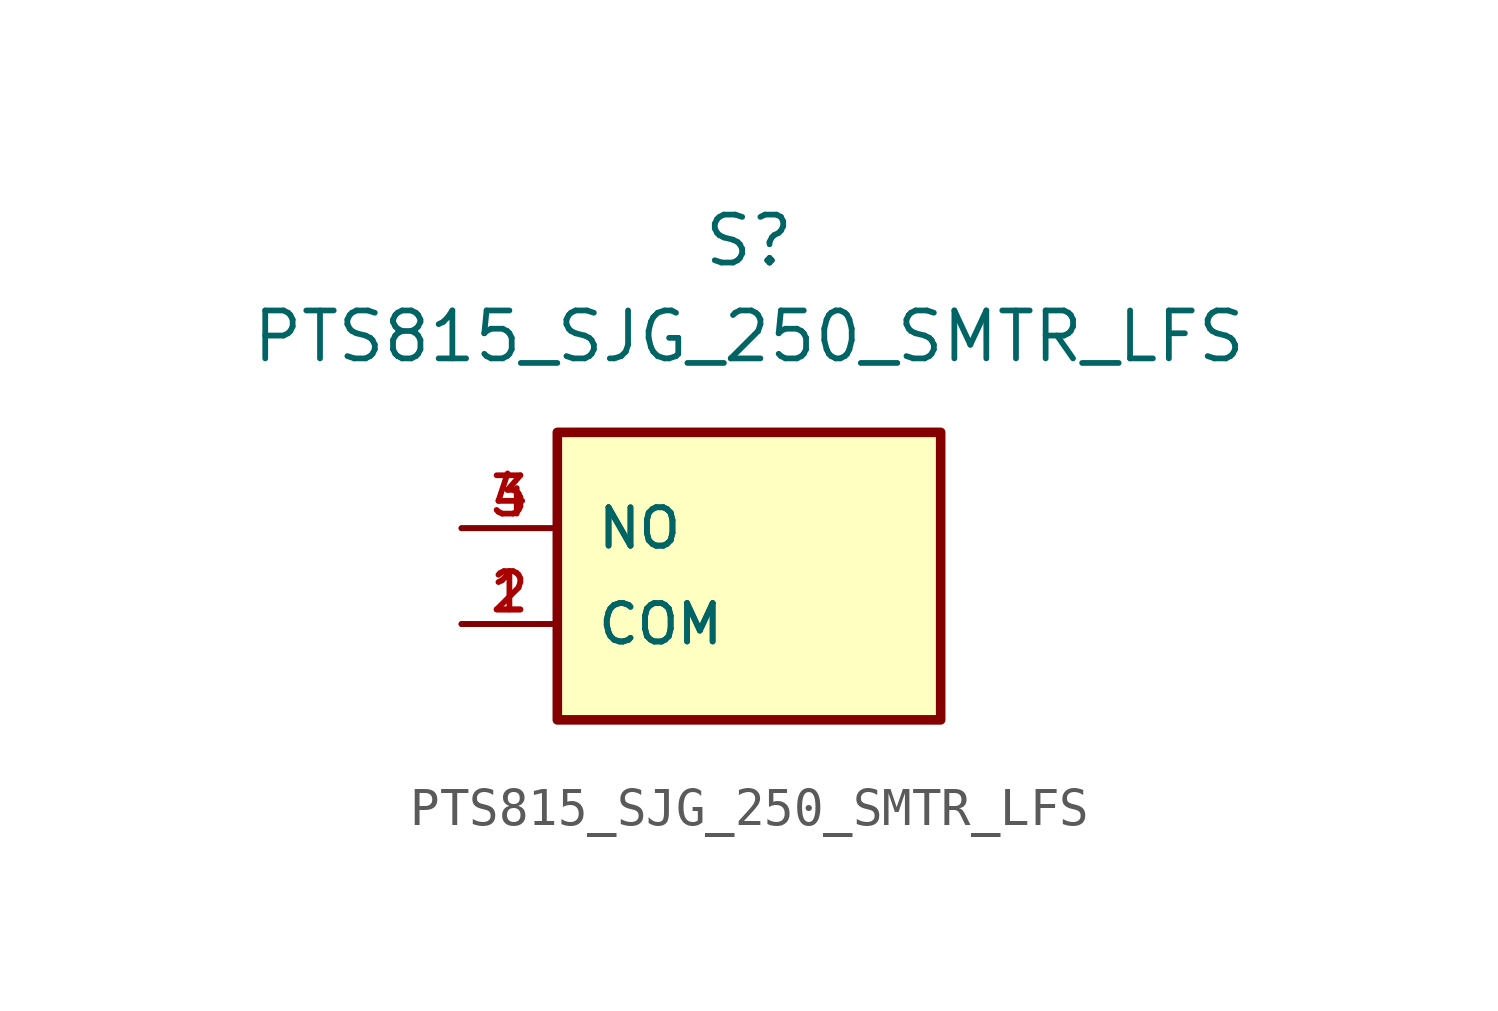
<source format=kicad_sym>
(kicad_symbol_lib
  (version 20211014)
  (generator kicad_symbol_editor)
  (symbol "PTS815_SJG_250_SMTR_LFS"
    (pin_names
      (offset 1.016))
    (property "Reference" "S"
      (at 5.08 5.08 0)
      (effects (font (size 1.27 1.27))))
    (property "Value" "PTS815_SJG_250_SMTR_LFS"
      (at 5.08 2.54 0)
      (effects (font (size 1.27 1.27))))
    (symbol "PTS815_SJG_250_SMTR_LFS_0_0"
      (rectangle (start 0.0 -7.62) (end 10.16 4.4408920985e-16) (stroke (width 0.254)) (fill (type background)))
      (pin bidirectional line (at -2.54 -5.08 0) (length 2.54) (name "COM" (effects (font (size 1.016 1.016)))) (number "1" (effects (font (size 1.016 1.016)))))
      (pin bidirectional line (at -2.54 -5.08 0) (length 2.54) (name "COM" (effects (font (size 1.016 1.016)))) (number "2" (effects (font (size 1.016 1.016)))))
      (pin bidirectional line (at -2.54 -2.54 0) (length 2.54) (name "NO" (effects (font (size 1.016 1.016)))) (number "3" (effects (font (size 1.016 1.016)))))
      (pin bidirectional line (at -2.54 -2.54 0) (length 2.54) (name "NO" (effects (font (size 1.016 1.016)))) (number "4" (effects (font (size 1.016 1.016))))))))
</source>
